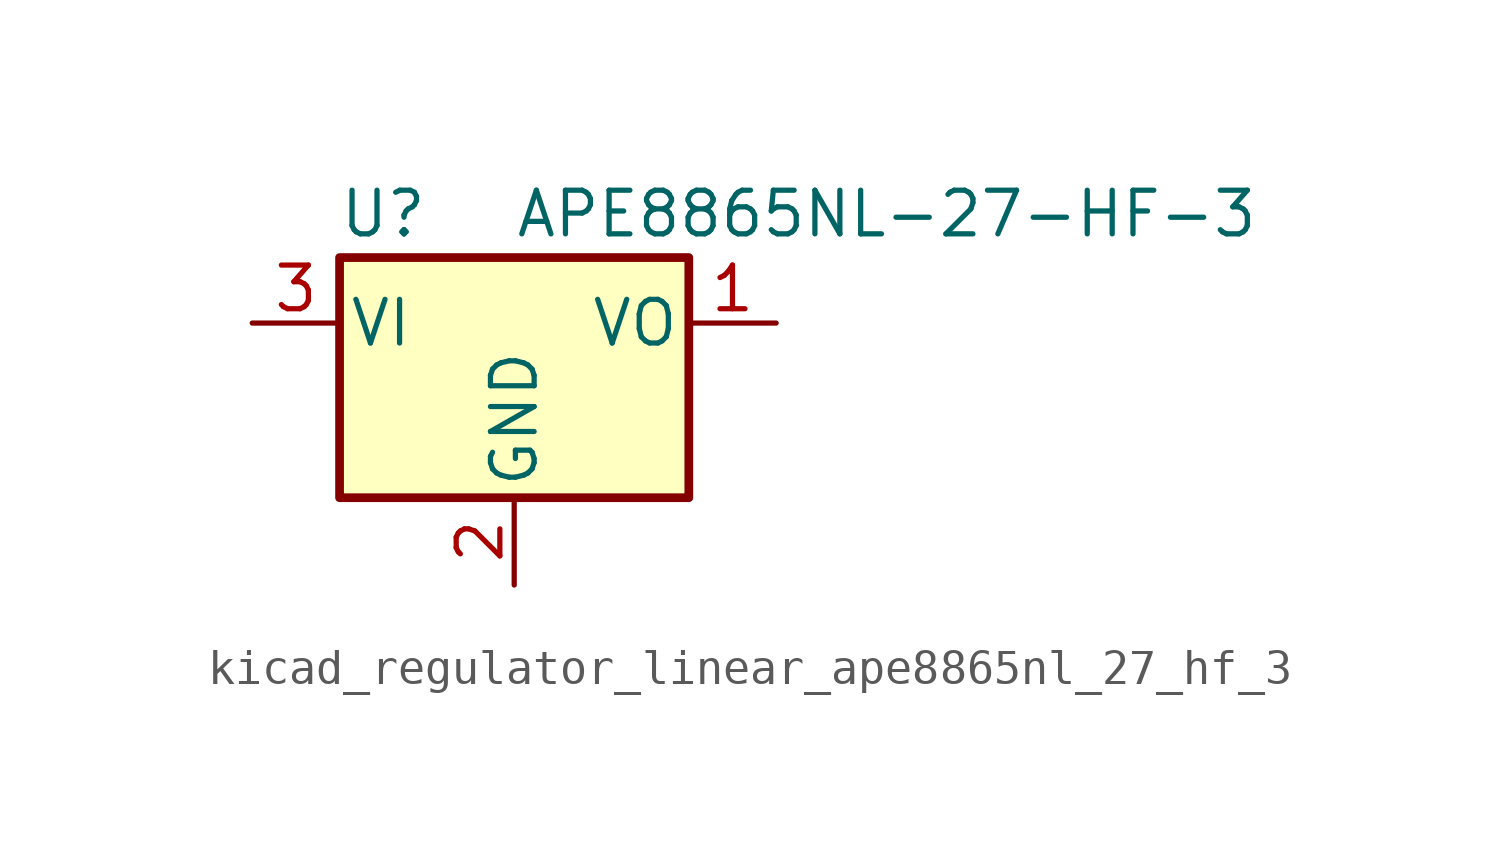
<source format=kicad_sym>
(kicad_symbol_lib
  (version 20220914)
  (generator kicad_symbol_editor)
  (symbol "kicad_regulator_linear_ape8865nl_27_hf_3"
    (pin_names
      (offset 0.254))
    (property "Reference" "U"
      (at -3.81 3.175 0)
      (effects (font (size 1.27 1.27))))
    (property "Value" "APE8865NL-27-HF-3"
      (at 0 3.175 0)
      (effects (font (size 1.27 1.27)) (justify left)))
    (symbol "kicad_regulator_linear_ape8865nl_27_hf_3_0_1"
      (rectangle (start -5.08 1.905) (end 5.08 -5.08) (stroke (width 0.254) (type default)) (fill (type background))))
    (symbol "kicad_regulator_linear_ape8865nl_27_hf_3_1_1"
      (pin power_out line (at 7.62 0 180) (length 2.54) (name "VO" (effects (font (size 1.27 1.27)))) (number "1" (effects (font (size 1.27 1.27)))))
      (pin power_in line (at 0 -7.62 90) (length 2.54) (name "GND" (effects (font (size 1.27 1.27)))) (number "2" (effects (font (size 1.27 1.27)))))
      (pin power_in line (at -7.62 0 0) (length 2.54) (name "VI" (effects (font (size 1.27 1.27)))) (number "3" (effects (font (size 1.27 1.27))))))))
</source>
